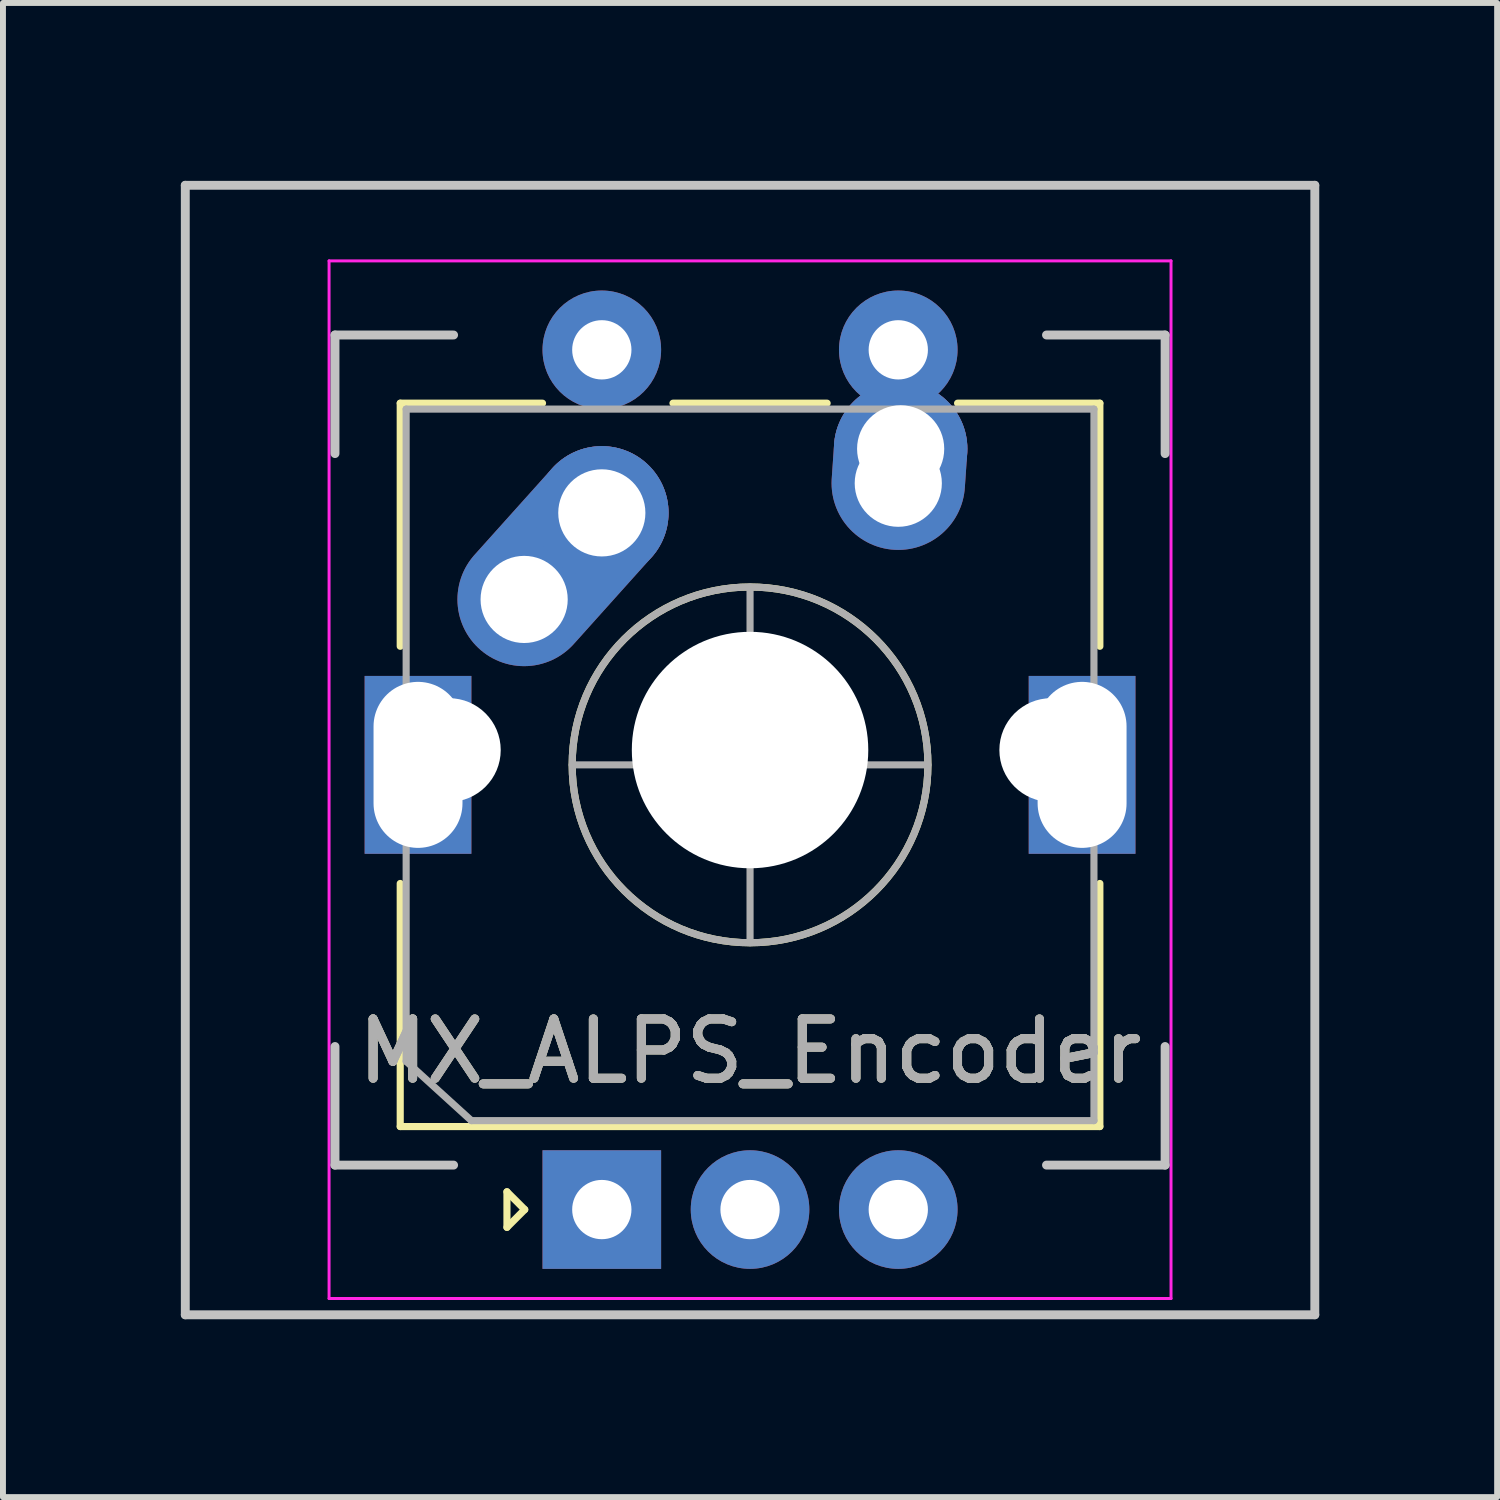
<source format=kicad_pcb>
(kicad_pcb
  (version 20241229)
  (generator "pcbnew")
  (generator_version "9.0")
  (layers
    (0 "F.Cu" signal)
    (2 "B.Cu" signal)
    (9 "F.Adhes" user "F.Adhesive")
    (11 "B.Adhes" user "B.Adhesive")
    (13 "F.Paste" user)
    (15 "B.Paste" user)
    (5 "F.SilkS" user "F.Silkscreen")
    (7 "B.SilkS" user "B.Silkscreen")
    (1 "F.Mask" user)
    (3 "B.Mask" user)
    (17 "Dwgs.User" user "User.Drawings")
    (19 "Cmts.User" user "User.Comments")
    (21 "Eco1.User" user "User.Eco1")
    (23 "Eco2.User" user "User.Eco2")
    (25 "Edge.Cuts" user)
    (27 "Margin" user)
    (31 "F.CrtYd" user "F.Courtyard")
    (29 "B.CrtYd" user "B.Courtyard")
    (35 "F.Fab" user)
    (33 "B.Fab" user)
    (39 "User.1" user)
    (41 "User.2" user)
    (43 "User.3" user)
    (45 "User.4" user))
  (footprint "MX_ALPS_Encoder"
    (layer "F.Cu")
    (at 9.6 9.6)
    (property "Reference" "MX_ALPS_Encoder" (at 0 5.08 0) (unlocked yes) (layer "F.SilkS") (effects (font (size 1 1) (thickness 0.15))))
    (attr through_hole)
    (fp_line (start -5.9 -5.85) (end -3.5 -5.85) (stroke (width 0.12) (type solid)) (layer "F.SilkS"))
    (fp_line (start -5.9 -1.75) (end -5.9 -5.85) (stroke (width 0.12) (type solid)) (layer "F.SilkS"))
    (fp_line (start -5.9 2.25) (end -5.9 6.35) (stroke (width 0.12) (type solid)) (layer "F.SilkS"))
    (fp_line (start -5.9 6.35) (end 5.9 6.35) (stroke (width 0.12) (type solid)) (layer "F.SilkS"))
    (fp_line (start -4.1 7.45) (end -3.8 7.75) (stroke (width 0.12) (type solid)) (layer "F.SilkS"))
    (fp_line (start -4.1 8.05) (end -4.1 7.45) (stroke (width 0.12) (type solid)) (layer "F.SilkS"))
    (fp_line (start -3.8 7.75) (end -4.1 8.05) (stroke (width 0.12) (type solid)) (layer "F.SilkS"))
    (fp_line (start -1.3 -5.85) (end 1.3 -5.85) (stroke (width 0.12) (type solid)) (layer "F.SilkS"))
    (fp_line (start -0.5 0.25) (end 0.5 0.25) (stroke (width 0.12) (type solid)) (layer "F.SilkS"))
    (fp_line (start 0 0.75) (end 0 -0.25) (stroke (width 0.12) (type solid)) (layer "F.SilkS"))
    (fp_line (start 3.5 -5.85) (end 5.9 -5.85) (stroke (width 0.12) (type solid)) (layer "F.SilkS"))
    (fp_line (start 5.9 -5.85) (end 5.9 -1.75) (stroke (width 0.12) (type solid)) (layer "F.SilkS"))
    (fp_line (start 5.9 2.25) (end 5.9 6.35) (stroke (width 0.12) (type solid)) (layer "F.SilkS"))
    (fp_circle (center 0 0.25) (end 0 -2.75) (stroke (width 0.12) (type solid)) (fill no) (layer "F.SilkS"))
    (fp_line (start -9.525 -9.525) (end 9.525 -9.525) (stroke (width 0.15) (type solid)) (layer "Dwgs.User"))
    (fp_line (start -9.525 9.525) (end -9.525 -9.525) (stroke (width 0.15) (type solid)) (layer "Dwgs.User"))
    (fp_line (start -7 -7) (end -7 -5) (stroke (width 0.15) (type solid)) (layer "Dwgs.User"))
    (fp_line (start -7 5) (end -7 7) (stroke (width 0.15) (type solid)) (layer "Dwgs.User"))
    (fp_line (start -7 7) (end -5 7) (stroke (width 0.15) (type solid)) (layer "Dwgs.User"))
    (fp_line (start -5 -7) (end -7 -7) (stroke (width 0.15) (type solid)) (layer "Dwgs.User"))
    (fp_line (start 5 -7) (end 7 -7) (stroke (width 0.15) (type solid)) (layer "Dwgs.User"))
    (fp_line (start 5 7) (end 7 7) (stroke (width 0.15) (type solid)) (layer "Dwgs.User"))
    (fp_line (start 7 -7) (end 7 -5) (stroke (width 0.15) (type solid)) (layer "Dwgs.User"))
    (fp_line (start 7 7) (end 7 5) (stroke (width 0.15) (type solid)) (layer "Dwgs.User"))
    (fp_line (start 9.525 -9.525) (end 9.525 9.525) (stroke (width 0.15) (type solid)) (layer "Dwgs.User"))
    (fp_line (start 9.525 9.525) (end -9.525 9.525) (stroke (width 0.15) (type solid)) (layer "Dwgs.User"))
    (fp_line (start -7.1 9.25) (end -7.1 -8.25) (stroke (width 0.05) (type solid)) (layer "F.CrtYd"))
    (fp_line (start -7.1 9.25) (end 7.1 9.25) (stroke (width 0.05) (type solid)) (layer "F.CrtYd"))
    (fp_line (start 7.1 -8.25) (end -7.1 -8.25) (stroke (width 0.05) (type solid)) (layer "F.CrtYd"))
    (fp_line (start 7.1 -8.25) (end 7.1 9.25) (stroke (width 0.05) (type solid)) (layer "F.CrtYd"))
    (fp_line (start -5.8 -5.75) (end 5.8 -5.75) (stroke (width 0.12) (type solid)) (layer "F.Fab"))
    (fp_line (start -5.8 5.25) (end -5.8 -5.75) (stroke (width 0.12) (type solid)) (layer "F.Fab"))
    (fp_line (start -4.7 6.25) (end -5.8 5.25) (stroke (width 0.12) (type solid)) (layer "F.Fab"))
    (fp_line (start -3 0.25) (end 3 0.25) (stroke (width 0.12) (type solid)) (layer "F.Fab"))
    (fp_line (start 0 3.25) (end 0 -2.75) (stroke (width 0.12) (type solid)) (layer "F.Fab"))
    (fp_line (start 5.8 -5.75) (end 5.8 6.25) (stroke (width 0.12) (type solid)) (layer "F.Fab"))
    (fp_line (start 5.8 6.25) (end -4.7 6.25) (stroke (width 0.12) (type solid)) (layer "F.Fab"))
    (fp_circle (center 0 0.25) (end 0 -2.75) (stroke (width 0.12) (type solid)) (fill no) (layer "F.Fab"))
    (fp_text user "${REFERENCE}" (at 0 5.08 0) (unlocked yes) (layer "F.Fab") (effects (font (size 1 1) (thickness 0.15))))
    (fp_text user "${REFERENCE}" (at 0 5.08 180) (layer "F.Fab") (effects (font (size 1 1) (thickness 0.15))))
    (pad "" np_thru_hole circle (at -5.08 0 48.1) (size 1.75 1.75) (drill 1.75) (layers "*.Cu" "*.Mask"))
    (pad "" np_thru_hole circle (at 0 0) (size 3.988 3.988) (drill 3.988) (layers "*.Cu" "*.Mask"))
    (pad "" np_thru_hole circle (at 5.08 0 48.1) (size 1.75 1.75) (drill 1.75) (layers "*.Cu" "*.Mask"))
    (pad "1" thru_hole oval (at -3.81 -2.54 48.1) (size 4.212 2.25) (drill 1.47 (offset 0.981 0)) (layers "*.Cu" "*.Mask"))
    (pad "1" thru_hole circle (at -2.5 -6.75 90) (size 2 2) (drill 1) (layers "*.Cu" "*.Mask"))
    (pad "1" thru_hole circle (at -2.5 -4) (size 2.25 2.25) (drill 1.47) (layers "*.Cu" "*.Mask"))
    (pad "2" thru_hole circle (at 2.5 -6.75 90) (size 2 2) (drill 1) (layers "*.Cu" "*.Mask"))
    (pad "2" thru_hole oval (at 2.5 -4.5 86.055) (size 2.831 2.25) (drill 1.47 (offset 0.291 0)) (layers "*.Cu" "*.Mask"))
    (pad "2" thru_hole circle (at 2.54 -5.08) (size 2.25 2.25) (drill 1.47) (layers "*.Cu" "*.Mask"))
    (pad "A" thru_hole rect (at -2.5 7.75 90) (size 2 2) (drill 1) (layers "*.Cu" "*.Mask"))
    (pad "B" thru_hole circle (at 2.5 7.75 90) (size 2 2) (drill 1) (layers "*.Cu" "*.Mask"))
    (pad "C" thru_hole circle (at 0 7.75 90) (size 2 2) (drill 1) (layers "*.Cu" "*.Mask"))
    (pad "MP" thru_hole rect (at -5.6 0.25 90) (size 3 1.8) (drill oval 2.8 1.5) (layers "*.Cu" "*.Mask"))
    (pad "MP" thru_hole rect (at 5.6 0.25 90) (size 3 1.8) (drill oval 2.8 1.5) (layers "*.Cu" "*.Mask")))
  (gr_rect
    (start -3 -3)
    (end 22.2 22.2)
    (stroke (width 0.1) (type default))
    (fill no)
    (layer "Edge.Cuts")))
</source>
